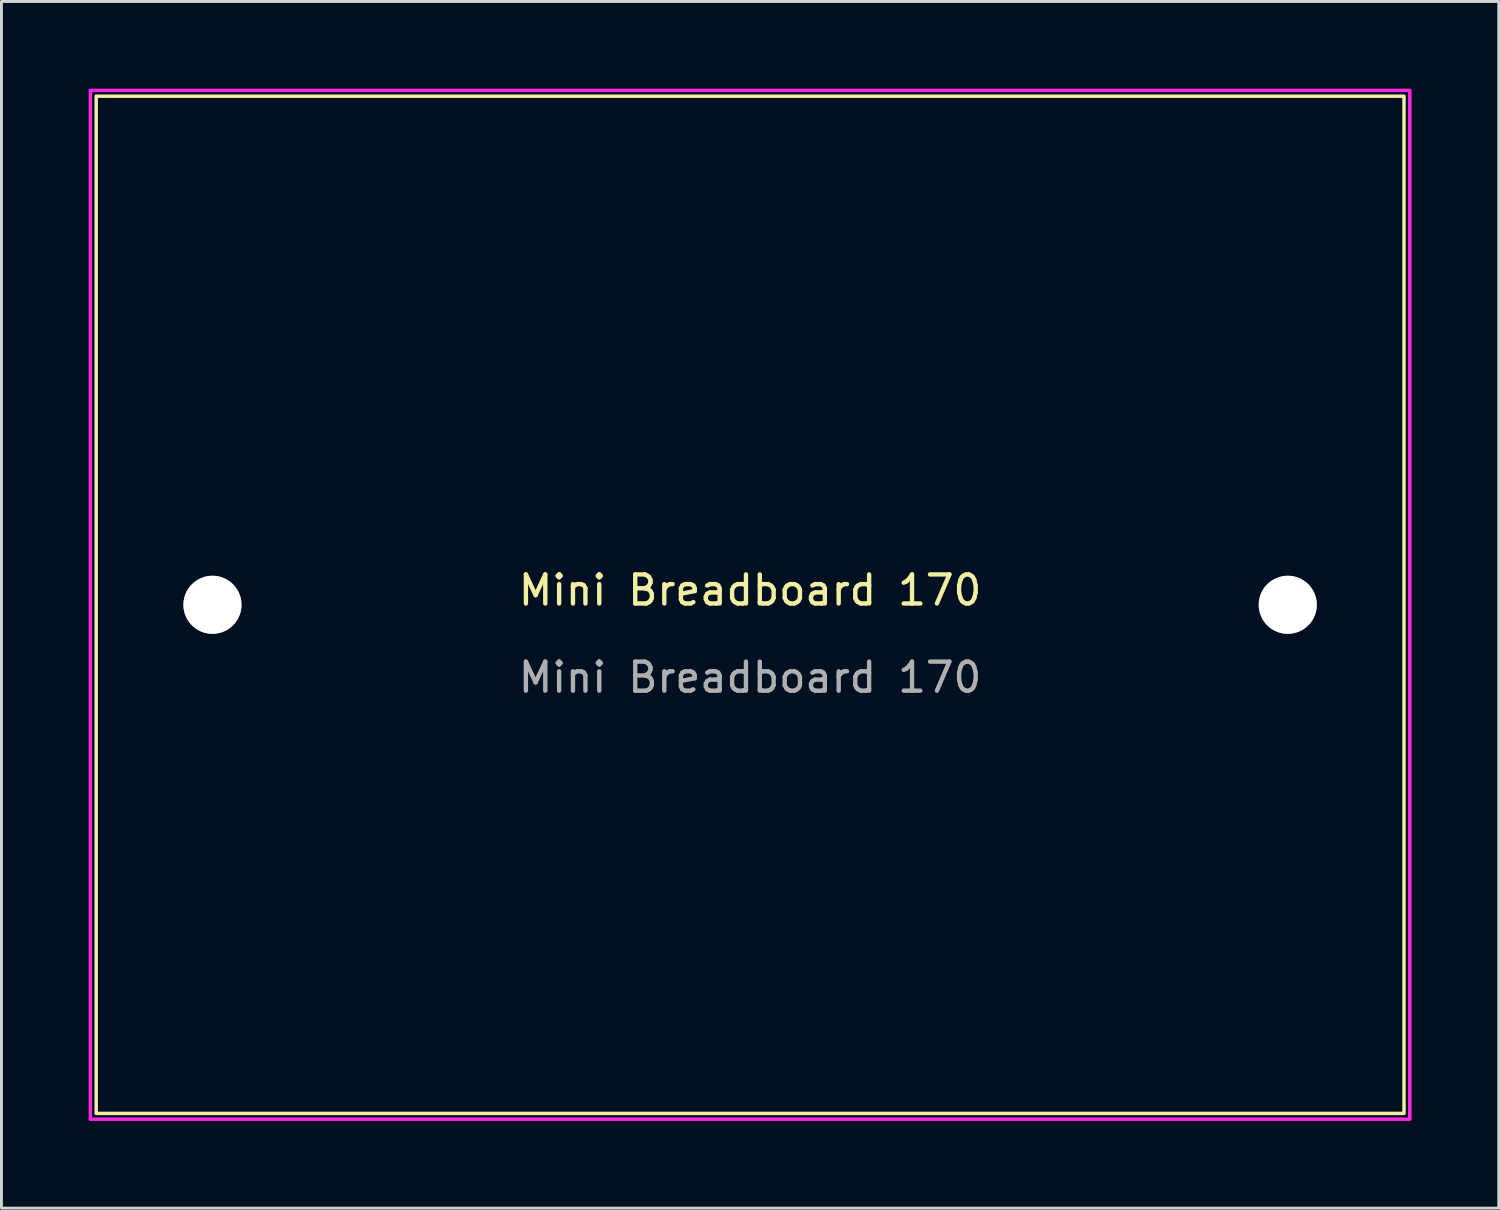
<source format=kicad_pcb>
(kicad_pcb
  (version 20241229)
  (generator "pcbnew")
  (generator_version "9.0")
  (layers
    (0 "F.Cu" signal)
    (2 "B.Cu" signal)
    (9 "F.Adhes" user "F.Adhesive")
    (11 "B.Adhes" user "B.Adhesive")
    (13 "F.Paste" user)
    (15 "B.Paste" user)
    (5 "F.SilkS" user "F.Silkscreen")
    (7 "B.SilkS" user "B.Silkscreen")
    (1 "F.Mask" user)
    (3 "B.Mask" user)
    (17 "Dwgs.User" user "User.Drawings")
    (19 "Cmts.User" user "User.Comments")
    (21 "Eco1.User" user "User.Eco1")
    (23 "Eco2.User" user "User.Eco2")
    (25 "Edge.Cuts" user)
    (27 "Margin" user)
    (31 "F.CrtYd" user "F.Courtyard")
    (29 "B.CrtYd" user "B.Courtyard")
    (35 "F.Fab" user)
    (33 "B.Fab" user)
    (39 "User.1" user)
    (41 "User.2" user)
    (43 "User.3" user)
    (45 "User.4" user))
  (footprint "Mini Breadboard 170"
    (layer "F.Cu")
    (at 22.76 17.76)
    (property "Reference" "Mini Breadboard 170" (at 0 -0.5 0) (unlocked yes) (layer "F.SilkS") (effects (font (size 1 1) (thickness 0.15))))
    (attr smd)
    (fp_rect (start -22.5 -17.5) (end 22.5 17.5) (stroke (width 0.12) (type default)) (fill no) (layer "F.SilkS"))
    (fp_rect (start -22.7 -17.7) (end 22.7 17.7) (stroke (width 0.12) (type default)) (fill no) (layer "F.CrtYd"))
    (fp_text user "${REFERENCE}" (at 0 2.5 0) (unlocked yes) (layer "F.Fab") (effects (font (size 1 1) (thickness 0.15))))
    (pad "" np_thru_hole custom (at -18.5 0) (size 2 2) (drill 2) (layers "*.Cu" "*.Mask") (options (anchor circle)) (primitives))
    (pad "" np_thru_hole custom (at 18.5 0) (size 2 2) (drill 2) (layers "*.Cu" "*.Mask") (options (anchor circle)) (primitives)))
  (gr_rect
    (start -3 -3)
    (end 48.52 38.52)
    (stroke (width 0.1) (type default))
    (fill no)
    (layer "Edge.Cuts")))
</source>
